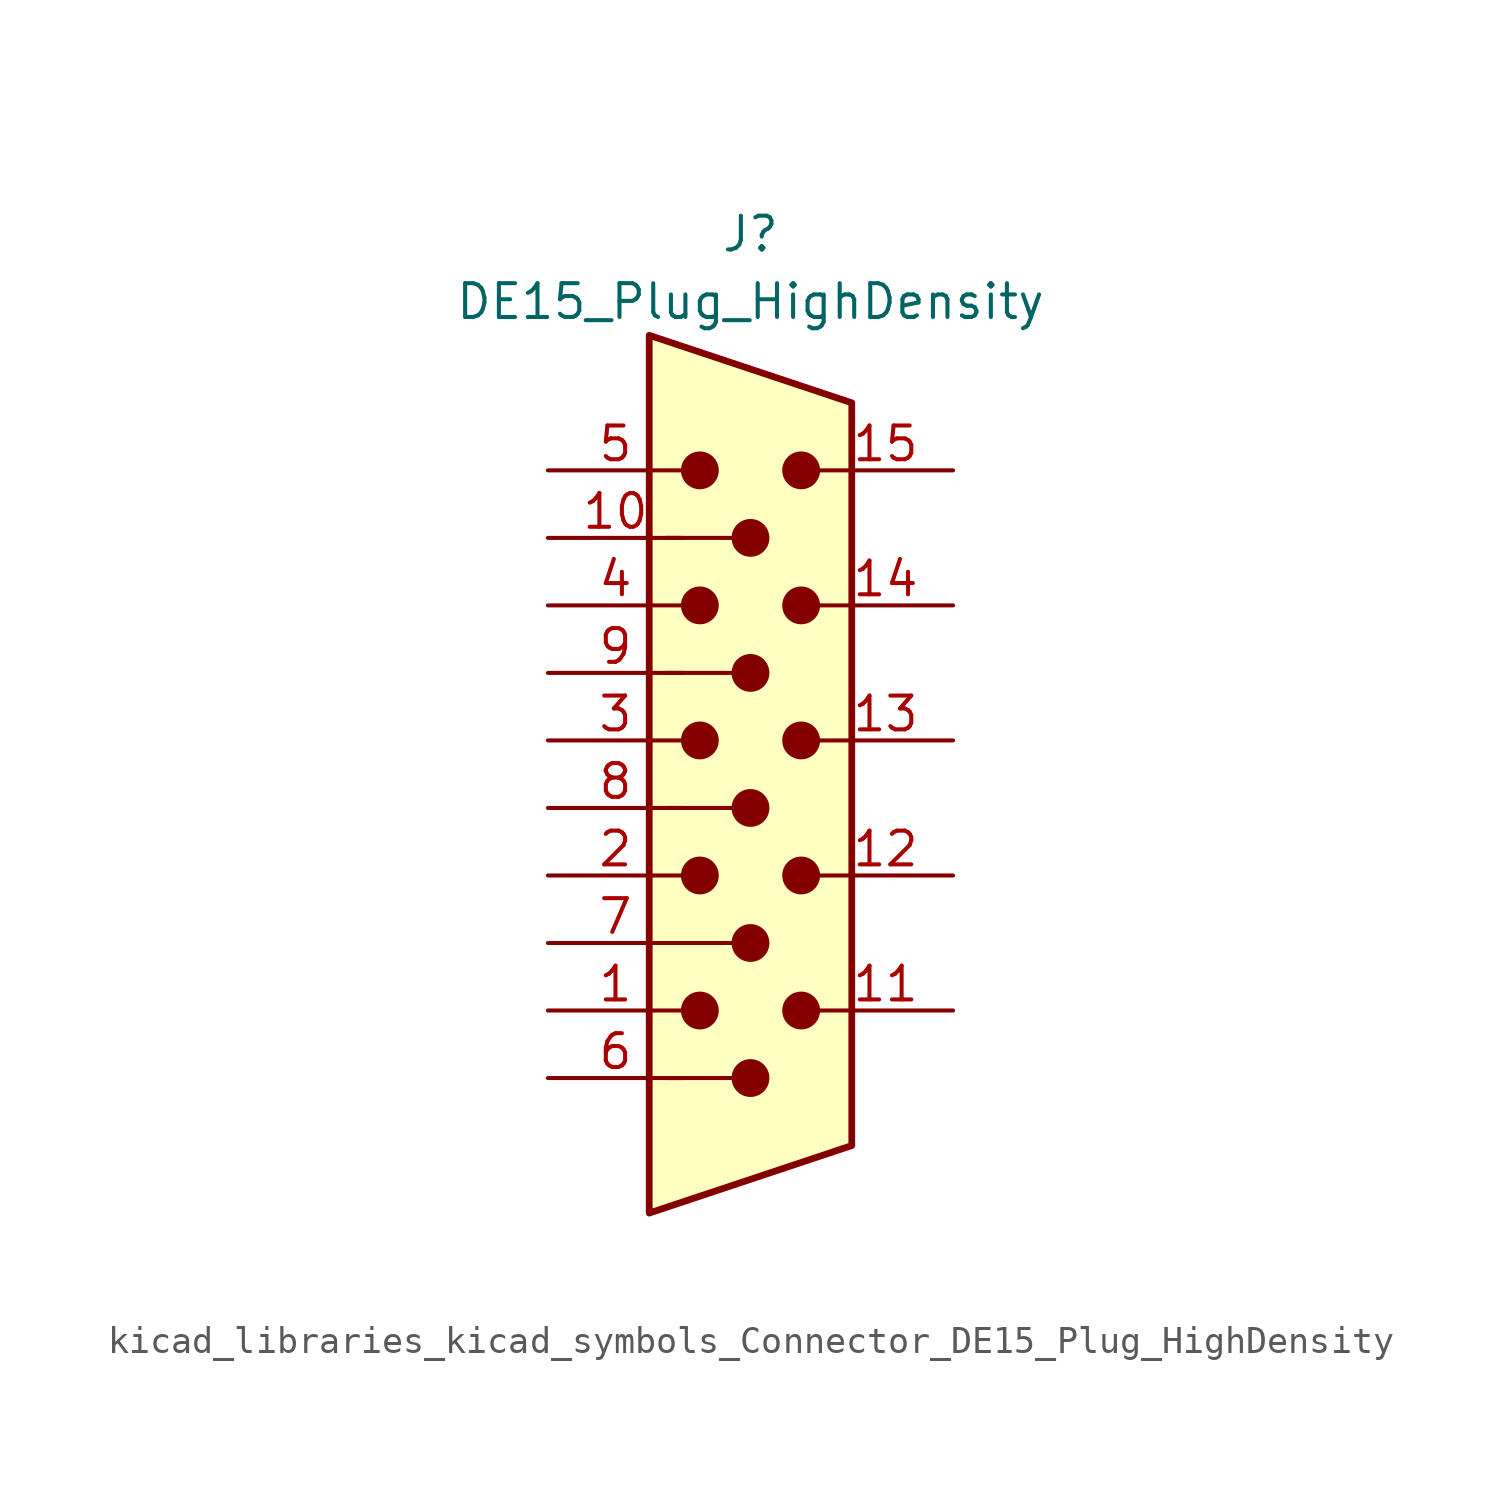
<source format=kicad_sym>
(kicad_symbol_lib
  (version 20220914)
  (generator kicad_symbol_editor)
  (symbol "kicad_libraries_kicad_symbols_Connector_DE15_Plug_HighDensity"
    (pin_names
      (offset 1.016) hide)
    (property "Reference" "J"
      (at 0 21.59 0)
      (effects (font (size 1.27 1.27))))
    (property "Value" "DE15_Plug_HighDensity"
      (at 0 19.05 0)
      (effects (font (size 1.27 1.27))))
    (symbol "kicad_libraries_kicad_symbols_Connector_DE15_Plug_HighDensity_0_1"
      (circle (center -1.905 -7.62) (radius 0.635) (stroke (width 0) (type default)) (fill (type outline)))
      (circle (center -1.905 -2.54) (radius 0.635) (stroke (width 0) (type default)) (fill (type outline)))
      (circle (center -1.905 2.54) (radius 0.635) (stroke (width 0) (type default)) (fill (type outline)))
      (circle (center -1.905 7.62) (radius 0.635) (stroke (width 0) (type default)) (fill (type outline)))
      (circle (center -1.905 12.7) (radius 0.635) (stroke (width 0) (type default)) (fill (type outline)))
      (circle (center 0 -10.16) (radius 0.635) (stroke (width 0) (type default)) (fill (type outline)))
      (circle (center 0 -5.08) (radius 0.635) (stroke (width 0) (type default)) (fill (type outline)))
      (polyline (pts (xy -3.175 -5.08) (xy -0.635 -5.08)) (stroke (width 0) (type default)) (fill (type none)))
      (polyline (pts (xy -0.635 -10.16) (xy -3.175 -10.16)) (stroke (width 0) (type default)) (fill (type none)))
      (polyline (pts (xy -0.635 0) (xy -3.175 0)) (stroke (width 0) (type default)) (fill (type none)))
      (polyline (pts (xy -0.635 5.08) (xy -3.175 5.08)) (stroke (width 0) (type default)) (fill (type none)))
      (polyline (pts (xy -0.635 10.16) (xy -3.175 10.16)) (stroke (width 0) (type default)) (fill (type none)))
      (polyline (pts (xy -3.81 17.78) (xy -3.81 -15.24) (xy 3.81 -12.7) (xy 3.81 15.24) (xy -3.81 17.78)) (stroke (width 0.254) (type default)) (fill (type background)))
      (circle (center 0 0) (radius 0.635) (stroke (width 0) (type default)) (fill (type outline)))
      (circle (center 0 5.08) (radius 0.635) (stroke (width 0) (type default)) (fill (type outline)))
      (circle (center 0 10.16) (radius 0.635) (stroke (width 0) (type default)) (fill (type outline)))
      (circle (center 1.905 -7.62) (radius 0.635) (stroke (width 0) (type default)) (fill (type outline)))
      (circle (center 1.905 -2.54) (radius 0.635) (stroke (width 0) (type default)) (fill (type outline)))
      (circle (center 1.905 2.54) (radius 0.635) (stroke (width 0) (type default)) (fill (type outline)))
      (circle (center 1.905 7.62) (radius 0.635) (stroke (width 0) (type default)) (fill (type outline)))
      (circle (center 1.905 12.7) (radius 0.635) (stroke (width 0) (type default)) (fill (type outline))))
    (symbol "kicad_libraries_kicad_symbols_Connector_DE15_Plug_HighDensity_1_1"
      (pin passive line (at -7.62 -7.62 0) (length 5.08) (name "~" (effects (font (size 1.27 1.27)))) (number "1" (effects (font (size 1.27 1.27)))))
      (pin passive line (at -7.62 10.16 0) (length 5.08) (name "~" (effects (font (size 1.27 1.27)))) (number "10" (effects (font (size 1.27 1.27)))))
      (pin passive line (at 7.62 -7.62 180) (length 5.08) (name "~" (effects (font (size 1.27 1.27)))) (number "11" (effects (font (size 1.27 1.27)))))
      (pin passive line (at 7.62 -2.54 180) (length 5.08) (name "~" (effects (font (size 1.27 1.27)))) (number "12" (effects (font (size 1.27 1.27)))))
      (pin passive line (at 7.62 2.54 180) (length 5.08) (name "~" (effects (font (size 1.27 1.27)))) (number "13" (effects (font (size 1.27 1.27)))))
      (pin passive line (at 7.62 7.62 180) (length 5.08) (name "~" (effects (font (size 1.27 1.27)))) (number "14" (effects (font (size 1.27 1.27)))))
      (pin passive line (at 7.62 12.7 180) (length 5.08) (name "~" (effects (font (size 1.27 1.27)))) (number "15" (effects (font (size 1.27 1.27)))))
      (pin passive line (at -7.62 -2.54 0) (length 5.08) (name "~" (effects (font (size 1.27 1.27)))) (number "2" (effects (font (size 1.27 1.27)))))
      (pin passive line (at -7.62 2.54 0) (length 5.08) (name "~" (effects (font (size 1.27 1.27)))) (number "3" (effects (font (size 1.27 1.27)))))
      (pin passive line (at -7.62 7.62 0) (length 5.08) (name "~" (effects (font (size 1.27 1.27)))) (number "4" (effects (font (size 1.27 1.27)))))
      (pin passive line (at -7.62 12.7 0) (length 5.08) (name "~" (effects (font (size 1.27 1.27)))) (number "5" (effects (font (size 1.27 1.27)))))
      (pin passive line (at -7.62 -10.16 0) (length 5.08) (name "~" (effects (font (size 1.27 1.27)))) (number "6" (effects (font (size 1.27 1.27)))))
      (pin passive line (at -7.62 -5.08 0) (length 5.08) (name "~" (effects (font (size 1.27 1.27)))) (number "7" (effects (font (size 1.27 1.27)))))
      (pin passive line (at -7.62 0 0) (length 5.08) (name "~" (effects (font (size 1.27 1.27)))) (number "8" (effects (font (size 1.27 1.27)))))
      (pin passive line (at -7.62 5.08 0) (length 5.08) (name "~" (effects (font (size 1.27 1.27)))) (number "9" (effects (font (size 1.27 1.27))))))))
</source>
